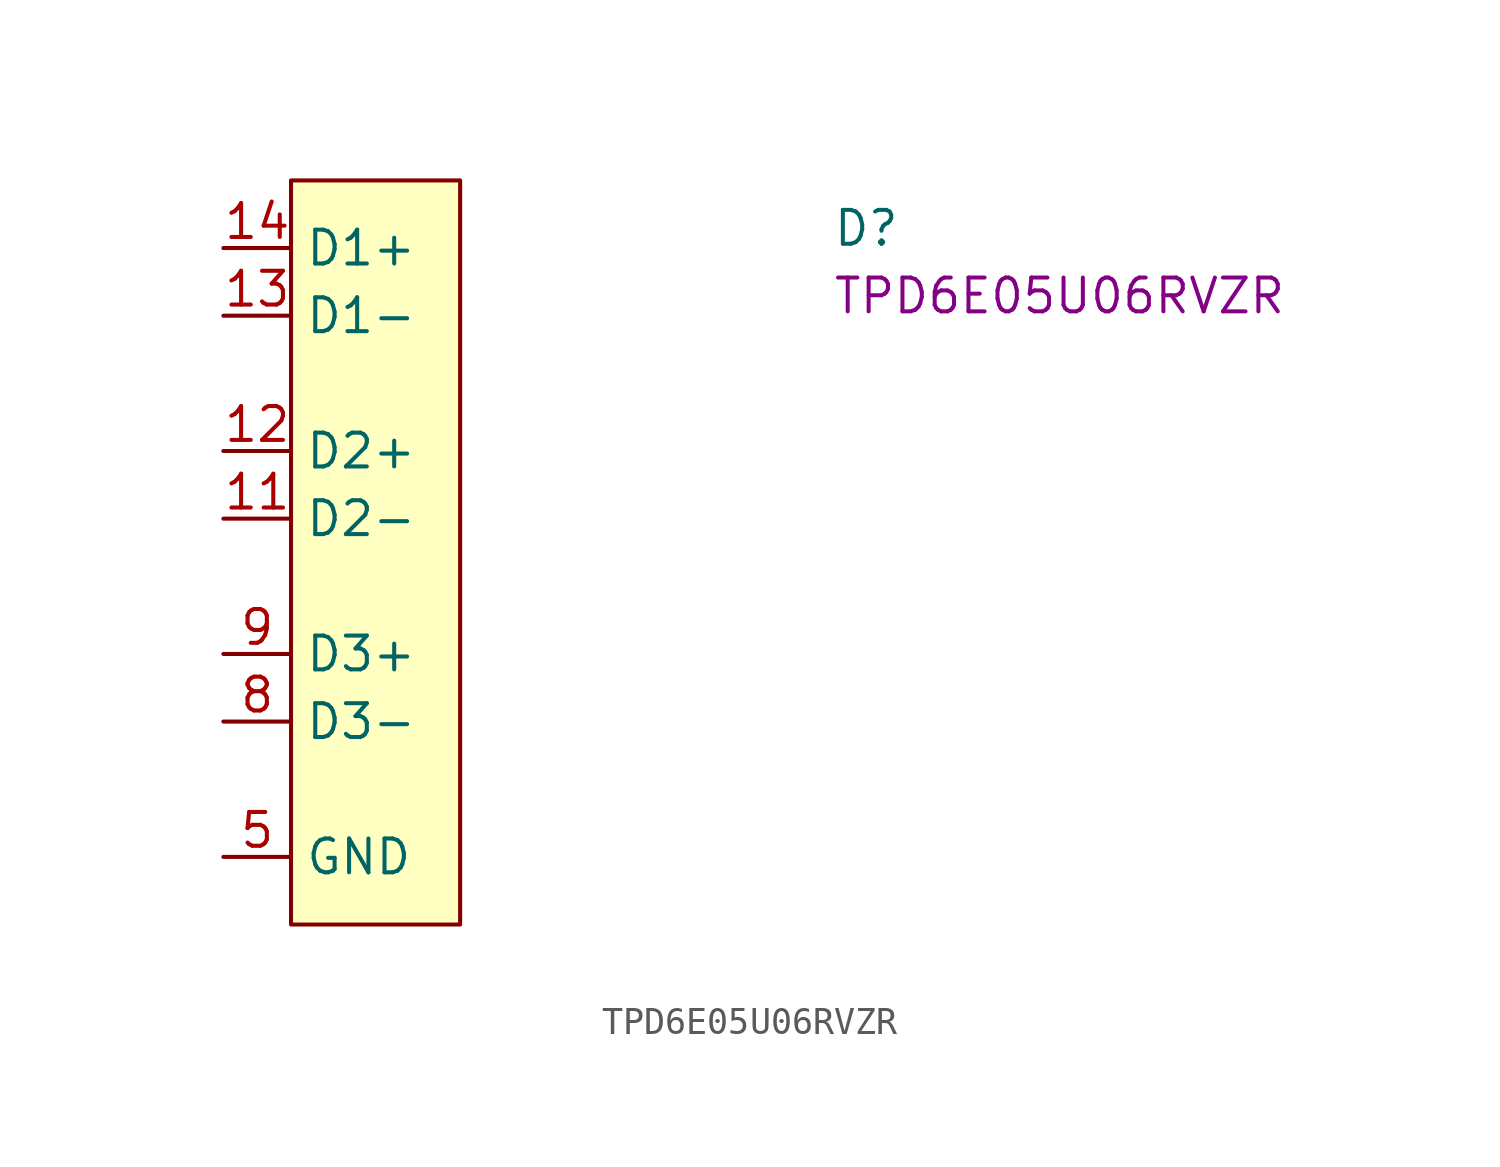
<source format=kicad_sym>
(kicad_symbol_lib
  (version 20220914)
  (generator kicad_symbol_editor)
  (symbol "TPD6E05U06RVZR"
    (property "Reference" "D"
      (at 22.86 0 0)
      (effects (font (size 1.27 1.27) (thickness 0.15)) (justify left bottom)))
    (property "MPN" "TPD6E05U06RVZR"
      (at 22.86 -2.54 0)
      (effects (font (size 1.27 1.27) (thickness 0.15)) (justify left bottom)))
    (symbol "TPD6E05U06RVZR_0_0"
      (pin passive line (at 0 0 0) (length 2.54) hide (name "D1+" (effects (font (size 1.27 1.27)))) (number "1" (effects (font (size 1.27 1.27)))))
      (pin passive line (at 0 -2.54 0) (length 2.54) hide (name "D1-" (effects (font (size 1.27 1.27)))) (number "2" (effects (font (size 1.27 1.27)))))
      (pin passive line (at 0 -7.62 0) (length 2.54) hide (name "D2+" (effects (font (size 1.27 1.27)))) (number "3" (effects (font (size 1.27 1.27)))))
      (pin passive line (at 0 -10.16 0) (length 2.54) hide (name "D2-" (effects (font (size 1.27 1.27)))) (number "4" (effects (font (size 1.27 1.27)))))
      (pin passive line (at 0 -15.24 0) (length 2.54) hide (name "D3+" (effects (font (size 1.27 1.27)))) (number "6" (effects (font (size 1.27 1.27)))))
      (pin passive line (at 0 -17.78 0) (length 2.54) hide (name "D3-" (effects (font (size 1.27 1.27)))) (number "7" (effects (font (size 1.27 1.27))))))
    (symbol "TPD6E05U06RVZR_0_1"
      (rectangle (start 2.54 2.54) (end 8.89 -25.4) (stroke (width 0) (type default)) (fill (type background))))
    (symbol "TPD6E05U06RVZR_1_1"
      (pin passive line (at 0 -22.86 0) (length 2.54) hide (name "GND" (effects (font (size 1.27 1.27)))) (number "10" (effects (font (size 1.27 1.27)))))
      (pin passive line (at 0 -10.16 0) (length 2.54) (name "D2-" (effects (font (size 1.27 1.27)))) (number "11" (effects (font (size 1.27 1.27)))))
      (pin passive line (at 0 -7.62 0) (length 2.54) (name "D2+" (effects (font (size 1.27 1.27)))) (number "12" (effects (font (size 1.27 1.27)))))
      (pin passive line (at 0 -2.54 0) (length 2.54) (name "D1-" (effects (font (size 1.27 1.27)))) (number "13" (effects (font (size 1.27 1.27)))))
      (pin passive line (at 0 0 0) (length 2.54) (name "D1+" (effects (font (size 1.27 1.27)))) (number "14" (effects (font (size 1.27 1.27)))))
      (pin power_in line (at 0 -22.86 0) (length 2.54) (name "GND" (effects (font (size 1.27 1.27)))) (number "5" (effects (font (size 1.27 1.27)))))
      (pin passive line (at 0 -17.78 0) (length 2.54) (name "D3-" (effects (font (size 1.27 1.27)))) (number "8" (effects (font (size 1.27 1.27)))))
      (pin passive line (at 0 -15.24 0) (length 2.54) (name "D3+" (effects (font (size 1.27 1.27)))) (number "9" (effects (font (size 1.27 1.27))))))))
</source>
